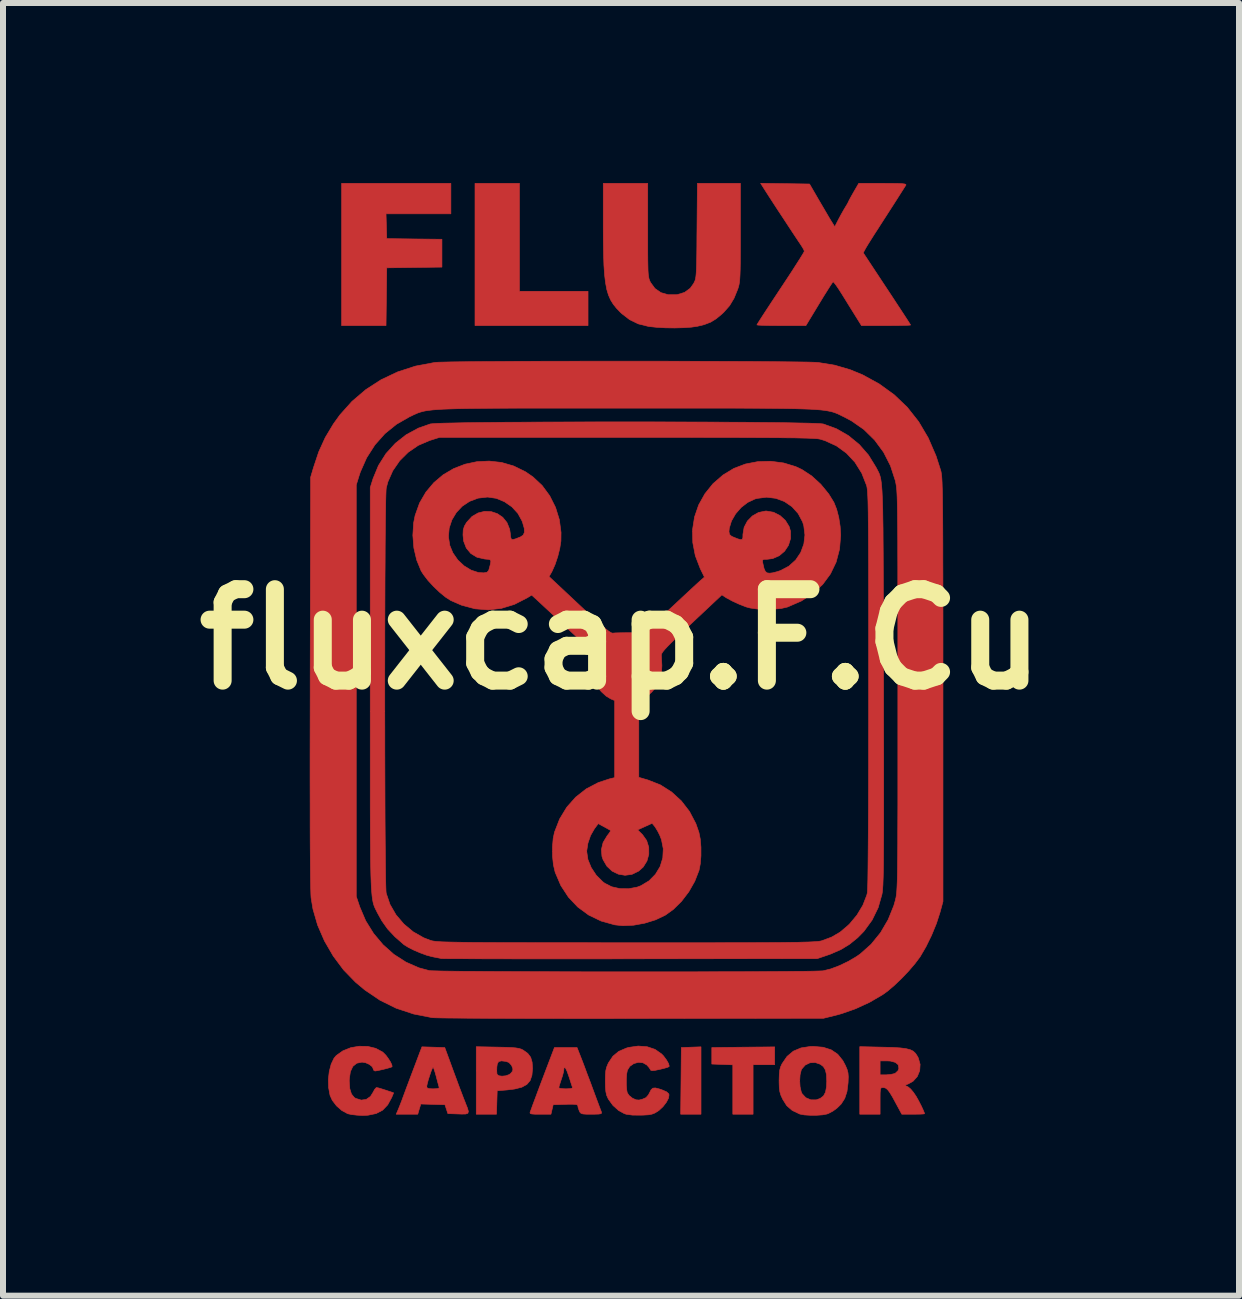
<source format=kicad_pcb>
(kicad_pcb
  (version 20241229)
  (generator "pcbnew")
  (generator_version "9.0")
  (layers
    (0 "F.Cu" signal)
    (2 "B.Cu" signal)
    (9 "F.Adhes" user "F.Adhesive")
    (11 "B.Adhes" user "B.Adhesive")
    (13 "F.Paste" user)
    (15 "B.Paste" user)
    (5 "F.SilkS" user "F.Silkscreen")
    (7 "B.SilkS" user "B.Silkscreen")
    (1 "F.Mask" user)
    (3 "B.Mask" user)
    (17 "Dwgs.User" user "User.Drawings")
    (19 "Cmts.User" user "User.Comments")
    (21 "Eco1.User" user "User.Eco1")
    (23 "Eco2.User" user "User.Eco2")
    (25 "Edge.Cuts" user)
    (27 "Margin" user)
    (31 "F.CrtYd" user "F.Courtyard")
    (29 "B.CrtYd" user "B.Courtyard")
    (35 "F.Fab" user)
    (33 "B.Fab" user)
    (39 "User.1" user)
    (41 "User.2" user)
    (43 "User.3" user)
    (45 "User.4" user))
  (footprint "fluxcap.F.Cu"
    (layer "F.Cu")
    (at 7.301 7.605)
    (property "Reference" "fluxcap.F.Cu" (at 0 0 0) (layer "F.SilkS") (effects (font (size 1.524 1.524) (thickness 0.3))))
    (attr through_hole)
    (fp_poly (pts (xy -1.693 -5.8) (xy -0.55 -5.8) (xy -0.55 -5.228) (xy -2.434 -5.228) (xy -2.434 -7.599) (xy -1.693 -7.599) (xy -1.693 -5.8)) (stroke (width 0.01) (type solid)) (fill yes) (layer "F.Cu"))
    (fp_poly (pts (xy 1.333 7.916) (xy 0.994 7.916) (xy 1 7.361) (xy 1.005 6.805) (xy 1.169 6.799) (xy 1.333 6.793) (xy 1.333 7.916)) (stroke (width 0.01) (type solid)) (fill yes) (layer "F.Cu"))
    (fp_poly (pts (xy 2.561 7.091) (xy 2.201 7.091) (xy 2.201 7.916) (xy 1.863 7.916) (xy 1.863 7.093) (xy 1.513 7.08) (xy 1.513 6.805) (xy 2.037 6.799) (xy 2.561 6.794) (xy 2.561 7.091)) (stroke (width 0.01) (type solid)) (fill yes) (layer "F.Cu"))
    (fp_poly (pts (xy -2.836 -7.091) (xy -3.917 -7.091) (xy -3.905 -6.678) (xy -3.445 -6.672) (xy -2.985 -6.667) (xy -2.985 -6.203) (xy -3.445 -6.197) (xy -3.905 -6.191) (xy -3.917 -5.228) (xy -4.657 -5.228) (xy -4.657 -7.599) (xy -2.836 -7.599) (xy -2.836 -7.091)) (stroke (width 0.01) (type solid)) (fill yes) (layer "F.Cu"))
    (fp_poly (pts (xy -2.058 6.798) (xy -1.924 6.801) (xy -1.824 6.805) (xy -1.753 6.811) (xy -1.702 6.82) (xy -1.664 6.831) (xy -1.632 6.847) (xy -1.554 6.903) (xy -1.506 6.967) (xy -1.482 7.049) (xy -1.475 7.152) (xy -1.485 7.267) (xy -1.515 7.355) (xy -1.57 7.42) (xy -1.654 7.466) (xy -1.773 7.496) (xy -1.903 7.512) (xy -2.064 7.525) (xy -2.076 7.916) (xy -2.413 7.916) (xy -2.413 7.194) (xy -2.072 7.194) (xy -2.068 7.243) (xy -2.066 7.252) (xy -2.037 7.275) (xy -1.984 7.282) (xy -1.922 7.276) (xy -1.866 7.256) (xy -1.841 7.239) (xy -1.808 7.199) (xy -1.802 7.162) (xy -1.821 7.11) (xy -1.824 7.103) (xy -1.868 7.054) (xy -1.917 7.036) (xy -1.993 7.027) (xy -2.039 7.038) (xy -2.062 7.075) (xy -2.07 7.13) (xy -2.072 7.194) (xy -2.413 7.194) (xy -2.413 6.791) (xy -2.058 6.798)) (stroke (width 0.01) (type solid)) (fill yes) (layer "F.Cu"))
    (fp_poly (pts (xy -3.128 6.799) (xy -2.938 6.805) (xy -2.864 7.006) (xy -2.796 7.192) (xy -2.74 7.343) (xy -2.695 7.465) (xy -2.657 7.564) (xy -2.626 7.646) (xy -2.598 7.716) (xy -2.595 7.725) (xy -2.56 7.813) (xy -2.544 7.87) (xy -2.553 7.901) (xy -2.59 7.913) (xy -2.659 7.914) (xy -2.713 7.912) (xy -2.886 7.906) (xy -2.935 7.758) (xy -3.136 7.752) (xy -3.337 7.746) (xy -3.363 7.831) (xy -3.388 7.916) (xy -3.747 7.916) (xy -3.713 7.837) (xy -3.686 7.77) (xy -3.654 7.688) (xy -3.637 7.641) (xy -3.607 7.56) (xy -3.569 7.457) (xy -3.239 7.457) (xy -3.23 7.479) (xy -3.199 7.49) (xy -3.136 7.493) (xy -3.13 7.493) (xy -3.063 7.49) (xy -3.033 7.479) (xy -3.032 7.467) (xy -3.041 7.434) (xy -3.058 7.373) (xy -3.078 7.296) (xy -3.08 7.287) (xy -3.101 7.213) (xy -3.119 7.159) (xy -3.131 7.134) (xy -3.133 7.133) (xy -3.145 7.152) (xy -3.165 7.199) (xy -3.187 7.264) (xy -3.21 7.335) (xy -3.228 7.4) (xy -3.238 7.447) (xy -3.239 7.457) (xy -3.569 7.457) (xy -3.566 7.45) (xy -3.519 7.324) (xy -3.47 7.194) (xy -3.423 7.07) (xy -3.383 6.964) (xy -3.361 6.905) (xy -3.318 6.793) (xy -3.128 6.799)) (stroke (width 0.01) (type solid)) (fill yes) (layer "F.Cu"))
    (fp_poly (pts (xy 4.366 6.799) (xy 4.528 6.803) (xy 4.654 6.811) (xy 4.749 6.823) (xy 4.82 6.841) (xy 4.872 6.867) (xy 4.91 6.904) (xy 4.941 6.952) (xy 4.955 6.979) (xy 4.985 7.085) (xy 4.978 7.191) (xy 4.938 7.288) (xy 4.868 7.366) (xy 4.79 7.41) (xy 4.731 7.433) (xy 4.788 7.463) (xy 4.828 7.497) (xy 4.876 7.555) (xy 4.921 7.622) (xy 4.965 7.701) (xy 5.005 7.779) (xy 5.037 7.848) (xy 5.056 7.895) (xy 5.059 7.908) (xy 5.039 7.912) (xy 4.987 7.915) (xy 4.911 7.916) (xy 4.869 7.916) (xy 4.68 7.916) (xy 4.58 7.731) (xy 4.523 7.626) (xy 4.479 7.554) (xy 4.444 7.508) (xy 4.414 7.483) (xy 4.384 7.473) (xy 4.368 7.472) (xy 4.346 7.473) (xy 4.331 7.483) (xy 4.323 7.509) (xy 4.319 7.557) (xy 4.318 7.637) (xy 4.318 7.694) (xy 4.318 7.916) (xy 3.979 7.916) (xy 3.979 7.027) (xy 4.318 7.027) (xy 4.318 7.26) (xy 4.419 7.26) (xy 4.491 7.254) (xy 4.555 7.24) (xy 4.572 7.233) (xy 4.618 7.189) (xy 4.631 7.151) (xy 4.62 7.092) (xy 4.572 7.052) (xy 4.489 7.03) (xy 4.43 7.027) (xy 4.318 7.027) (xy 3.979 7.027) (xy 3.979 6.79) (xy 4.366 6.799)) (stroke (width 0.01) (type solid)) (fill yes) (layer "F.Cu"))
    (fp_poly (pts (xy -4.221 6.786) (xy -4.089 6.818) (xy -3.975 6.879) (xy -3.959 6.893) (xy -3.918 6.935) (xy -3.877 6.991) (xy -3.841 7.048) (xy -3.819 7.097) (xy -3.816 7.125) (xy -3.817 7.126) (xy -3.842 7.136) (xy -3.894 7.151) (xy -3.96 7.168) (xy -4.027 7.183) (xy -4.08 7.193) (xy -4.101 7.196) (xy -4.125 7.18) (xy -4.128 7.166) (xy -4.146 7.125) (xy -4.194 7.086) (xy -4.257 7.058) (xy -4.317 7.048) (xy -4.405 7.066) (xy -4.47 7.119) (xy -4.511 7.207) (xy -4.529 7.329) (xy -4.53 7.364) (xy -4.521 7.49) (xy -4.493 7.58) (xy -4.445 7.639) (xy -4.423 7.652) (xy -4.33 7.681) (xy -4.246 7.669) (xy -4.176 7.62) (xy -4.134 7.553) (xy -4.107 7.503) (xy -4.081 7.474) (xy -4.075 7.472) (xy -4.043 7.478) (xy -3.986 7.495) (xy -3.92 7.516) (xy -3.79 7.56) (xy -3.822 7.637) (xy -3.889 7.76) (xy -3.974 7.849) (xy -4.082 7.905) (xy -4.218 7.933) (xy -4.309 7.937) (xy -4.402 7.932) (xy -4.49 7.922) (xy -4.555 7.908) (xy -4.559 7.906) (xy -4.653 7.855) (xy -4.742 7.777) (xy -4.813 7.684) (xy -4.85 7.602) (xy -4.874 7.473) (xy -4.878 7.337) (xy -4.863 7.203) (xy -4.831 7.081) (xy -4.784 6.983) (xy -4.746 6.938) (xy -4.635 6.859) (xy -4.504 6.807) (xy -4.363 6.783) (xy -4.221 6.786)) (stroke (width 0.01) (type solid)) (fill yes) (layer "F.Cu"))
    (fp_poly (pts (xy 3.369 6.8) (xy 3.503 6.843) (xy 3.611 6.916) (xy 3.697 7.023) (xy 3.74 7.104) (xy 3.768 7.17) (xy 3.783 7.227) (xy 3.788 7.291) (xy 3.785 7.377) (xy 3.784 7.396) (xy 3.766 7.539) (xy 3.729 7.652) (xy 3.669 7.746) (xy 3.599 7.815) (xy 3.532 7.864) (xy 3.46 7.902) (xy 3.432 7.913) (xy 3.357 7.927) (xy 3.258 7.934) (xy 3.153 7.934) (xy 3.056 7.928) (xy 2.982 7.914) (xy 2.974 7.911) (xy 2.853 7.853) (xy 2.762 7.774) (xy 2.696 7.669) (xy 2.665 7.602) (xy 2.647 7.542) (xy 2.638 7.475) (xy 2.635 7.384) (xy 2.635 7.358) (xy 2.978 7.358) (xy 2.984 7.457) (xy 3.003 7.541) (xy 3.018 7.575) (xy 3.08 7.641) (xy 3.162 7.676) (xy 3.253 7.677) (xy 3.32 7.653) (xy 3.374 7.612) (xy 3.408 7.55) (xy 3.425 7.459) (xy 3.429 7.366) (xy 3.424 7.256) (xy 3.406 7.178) (xy 3.373 7.123) (xy 3.323 7.084) (xy 3.236 7.054) (xy 3.148 7.059) (xy 3.07 7.097) (xy 3.012 7.163) (xy 3.003 7.183) (xy 2.984 7.261) (xy 2.978 7.358) (xy 2.635 7.358) (xy 2.635 7.355) (xy 2.638 7.254) (xy 2.645 7.181) (xy 2.661 7.124) (xy 2.683 7.076) (xy 2.767 6.953) (xy 2.872 6.865) (xy 3 6.811) (xy 3.155 6.787) (xy 3.207 6.786) (xy 3.369 6.8)) (stroke (width 0.01) (type solid)) (fill yes) (layer "F.Cu"))
    (fp_poly (pts (xy -0.675 6.953) (xy -0.648 7.022) (xy -0.61 7.122) (xy -0.566 7.241) (xy -0.517 7.369) (xy -0.479 7.472) (xy -0.435 7.591) (xy -0.395 7.699) (xy -0.362 7.787) (xy -0.338 7.85) (xy -0.327 7.879) (xy -0.324 7.897) (xy -0.337 7.908) (xy -0.373 7.914) (xy -0.439 7.916) (xy -0.492 7.916) (xy -0.579 7.916) (xy -0.634 7.912) (xy -0.666 7.902) (xy -0.684 7.884) (xy -0.695 7.862) (xy -0.714 7.811) (xy -0.72 7.777) (xy -0.726 7.762) (xy -0.751 7.754) (xy -0.801 7.75) (xy -0.883 7.75) (xy -0.925 7.752) (xy -1.131 7.758) (xy -1.168 7.916) (xy -1.348 7.916) (xy -1.436 7.916) (xy -1.488 7.912) (xy -1.513 7.904) (xy -1.517 7.89) (xy -1.514 7.879) (xy -1.498 7.836) (xy -1.476 7.775) (xy -1.47 7.758) (xy -1.453 7.713) (xy -1.424 7.636) (xy -1.386 7.533) (xy -1.364 7.475) (xy -1.037 7.475) (xy -1.018 7.485) (xy -0.968 7.491) (xy -0.918 7.493) (xy -0.848 7.49) (xy -0.814 7.481) (xy -0.81 7.467) (xy -0.821 7.435) (xy -0.841 7.374) (xy -0.865 7.298) (xy -0.869 7.287) (xy -0.899 7.202) (xy -0.924 7.15) (xy -0.942 7.133) (xy -0.952 7.153) (xy -0.953 7.172) (xy -0.959 7.213) (xy -0.976 7.277) (xy -0.995 7.334) (xy -1.017 7.402) (xy -1.033 7.454) (xy -1.037 7.475) (xy -1.364 7.475) (xy -1.341 7.413) (xy -1.291 7.282) (xy -1.275 7.239) (xy -1.11 6.805) (xy -0.733 6.805) (xy -0.675 6.953)) (stroke (width 0.01) (type solid)) (fill yes) (layer "F.Cu"))
    (fp_poly (pts (xy 0.434 6.791) (xy 0.566 6.835) (xy 0.675 6.911) (xy 0.709 6.946) (xy 0.759 7.014) (xy 0.792 7.072) (xy 0.803 7.113) (xy 0.799 7.124) (xy 0.774 7.135) (xy 0.719 7.151) (xy 0.646 7.169) (xy 0.643 7.169) (xy 0.565 7.186) (xy 0.519 7.19) (xy 0.496 7.184) (xy 0.49 7.174) (xy 0.469 7.14) (xy 0.432 7.098) (xy 0.432 7.097) (xy 0.366 7.059) (xy 0.288 7.051) (xy 0.211 7.073) (xy 0.146 7.119) (xy 0.106 7.183) (xy 0.094 7.245) (xy 0.088 7.332) (xy 0.088 7.427) (xy 0.095 7.512) (xy 0.103 7.556) (xy 0.133 7.603) (xy 0.186 7.646) (xy 0.194 7.651) (xy 0.251 7.676) (xy 0.3 7.68) (xy 0.354 7.667) (xy 0.416 7.64) (xy 0.456 7.595) (xy 0.476 7.557) (xy 0.502 7.507) (xy 0.53 7.482) (xy 0.571 7.478) (xy 0.635 7.494) (xy 0.688 7.512) (xy 0.759 7.543) (xy 0.794 7.575) (xy 0.8 7.594) (xy 0.791 7.649) (xy 0.755 7.718) (xy 0.7 7.789) (xy 0.634 7.851) (xy 0.61 7.868) (xy 0.562 7.897) (xy 0.515 7.915) (xy 0.456 7.926) (xy 0.372 7.931) (xy 0.33 7.932) (xy 0.191 7.931) (xy 0.088 7.917) (xy 0.056 7.907) (xy -0.042 7.853) (xy -0.135 7.769) (xy -0.209 7.667) (xy -0.217 7.652) (xy -0.24 7.6) (xy -0.253 7.541) (xy -0.26 7.463) (xy -0.262 7.366) (xy -0.26 7.264) (xy -0.254 7.19) (xy -0.24 7.132) (xy -0.217 7.076) (xy -0.21 7.061) (xy -0.136 6.95) (xy -0.039 6.869) (xy 0.089 6.814) (xy 0.126 6.803) (xy 0.285 6.78) (xy 0.434 6.791)) (stroke (width 0.01) (type solid)) (fill yes) (layer "F.Cu"))
    (fp_poly (pts (xy 0.445 -6.82) (xy 0.445 -6.618) (xy 0.445 -6.454) (xy 0.446 -6.322) (xy 0.448 -6.22) (xy 0.45 -6.142) (xy 0.454 -6.083) (xy 0.46 -6.04) (xy 0.467 -6.007) (xy 0.476 -5.981) (xy 0.488 -5.955) (xy 0.492 -5.947) (xy 0.565 -5.847) (xy 0.664 -5.778) (xy 0.784 -5.743) (xy 0.923 -5.743) (xy 0.939 -5.745) (xy 1.06 -5.782) (xy 1.154 -5.851) (xy 1.211 -5.931) (xy 1.223 -5.956) (xy 1.234 -5.98) (xy 1.242 -6.01) (xy 1.248 -6.049) (xy 1.253 -6.102) (xy 1.257 -6.173) (xy 1.26 -6.266) (xy 1.262 -6.387) (xy 1.264 -6.54) (xy 1.265 -6.729) (xy 1.266 -6.81) (xy 1.273 -7.599) (xy 1.99 -7.599) (xy 1.99 -6.783) (xy 1.99 -6.575) (xy 1.989 -6.404) (xy 1.988 -6.266) (xy 1.986 -6.156) (xy 1.983 -6.071) (xy 1.979 -6.004) (xy 1.974 -5.953) (xy 1.967 -5.911) (xy 1.958 -5.875) (xy 1.947 -5.84) (xy 1.946 -5.837) (xy 1.884 -5.685) (xy 1.809 -5.56) (xy 1.711 -5.449) (xy 1.683 -5.423) (xy 1.586 -5.342) (xy 1.493 -5.285) (xy 1.388 -5.245) (xy 1.275 -5.217) (xy 1.173 -5.202) (xy 1.042 -5.193) (xy 0.895 -5.189) (xy 0.742 -5.191) (xy 0.598 -5.199) (xy 0.475 -5.212) (xy 0.455 -5.215) (xy 0.287 -5.257) (xy 0.143 -5.327) (xy 0.011 -5.429) (xy -0.013 -5.452) (xy -0.076 -5.518) (xy -0.129 -5.584) (xy -0.173 -5.655) (xy -0.209 -5.736) (xy -0.237 -5.829) (xy -0.258 -5.941) (xy -0.274 -6.074) (xy -0.285 -6.233) (xy -0.291 -6.423) (xy -0.295 -6.647) (xy -0.296 -6.863) (xy -0.296 -7.599) (xy 0.445 -7.599) (xy 0.445 -6.82)) (stroke (width 0.01) (type solid)) (fill yes) (layer "F.Cu"))
    (fp_poly (pts (xy 2.735 -7.594) (xy 3.142 -7.588) (xy 3.295 -7.324) (xy 3.356 -7.22) (xy 3.414 -7.121) (xy 3.463 -7.037) (xy 3.499 -6.977) (xy 3.505 -6.968) (xy 3.562 -6.876) (xy 3.623 -6.995) (xy 3.666 -7.075) (xy 3.711 -7.155) (xy 3.736 -7.197) (xy 3.767 -7.248) (xy 3.786 -7.283) (xy 3.789 -7.29) (xy 3.799 -7.311) (xy 3.825 -7.36) (xy 3.862 -7.426) (xy 3.875 -7.449) (xy 3.962 -7.599) (xy 4.363 -7.599) (xy 4.505 -7.598) (xy 4.61 -7.597) (xy 4.681 -7.594) (xy 4.725 -7.589) (xy 4.746 -7.582) (xy 4.749 -7.572) (xy 4.748 -7.57) (xy 4.727 -7.537) (xy 4.687 -7.474) (xy 4.631 -7.386) (xy 4.563 -7.279) (xy 4.485 -7.158) (xy 4.402 -7.029) (xy 4.317 -6.897) (xy 4.282 -6.842) (xy 4.217 -6.742) (xy 4.159 -6.65) (xy 4.111 -6.573) (xy 4.079 -6.52) (xy 4.072 -6.507) (xy 4.037 -6.441) (xy 4.431 -5.844) (xy 4.525 -5.702) (xy 4.61 -5.572) (xy 4.685 -5.458) (xy 4.747 -5.363) (xy 4.793 -5.292) (xy 4.82 -5.249) (xy 4.826 -5.238) (xy 4.806 -5.235) (xy 4.75 -5.232) (xy 4.665 -5.23) (xy 4.556 -5.229) (xy 4.431 -5.228) (xy 4.417 -5.228) (xy 4.008 -5.228) (xy 3.912 -5.382) (xy 3.86 -5.466) (xy 3.795 -5.57) (xy 3.727 -5.68) (xy 3.683 -5.751) (xy 3.63 -5.834) (xy 3.585 -5.9) (xy 3.551 -5.944) (xy 3.534 -5.958) (xy 3.533 -5.958) (xy 3.518 -5.937) (xy 3.484 -5.886) (xy 3.436 -5.81) (xy 3.376 -5.715) (xy 3.31 -5.606) (xy 3.299 -5.588) (xy 3.081 -5.228) (xy 2.673 -5.228) (xy 2.547 -5.229) (xy 2.436 -5.23) (xy 2.348 -5.233) (xy 2.289 -5.236) (xy 2.265 -5.24) (xy 2.265 -5.24) (xy 2.276 -5.26) (xy 2.308 -5.311) (xy 2.358 -5.389) (xy 2.424 -5.49) (xy 2.502 -5.609) (xy 2.59 -5.742) (xy 2.66 -5.848) (xy 2.754 -5.99) (xy 2.84 -6.121) (xy 2.915 -6.238) (xy 2.977 -6.335) (xy 3.022 -6.408) (xy 3.049 -6.454) (xy 3.055 -6.468) (xy 3.044 -6.498) (xy 3.014 -6.548) (xy 2.99 -6.585) (xy 2.96 -6.629) (xy 2.911 -6.703) (xy 2.848 -6.798) (xy 2.775 -6.909) (xy 2.697 -7.028) (xy 2.617 -7.149) (xy 2.541 -7.266) (xy 2.473 -7.371) (xy 2.417 -7.458) (xy 2.382 -7.513) (xy 2.327 -7.6) (xy 2.735 -7.594)) (stroke (width 0.01) (type solid)) (fill yes) (layer "F.Cu"))
    (fp_poly (pts (xy 0.377 -4.635) (xy 0.699 -4.635) (xy 1.016 -4.634) (xy 1.324 -4.633) (xy 1.62 -4.632) (xy 1.902 -4.631) (xy 2.167 -4.63) (xy 2.41 -4.628) (xy 2.631 -4.626) (xy 2.824 -4.624) (xy 2.988 -4.622) (xy 3.12 -4.62) (xy 3.216 -4.617) (xy 3.274 -4.614) (xy 3.281 -4.614) (xy 3.559 -4.569) (xy 3.819 -4.493) (xy 4.022 -4.41) (xy 4.302 -4.257) (xy 4.552 -4.076) (xy 4.772 -3.866) (xy 4.961 -3.626) (xy 5.12 -3.357) (xy 5.25 -3.057) (xy 5.328 -2.815) (xy 5.333 -2.796) (xy 5.337 -2.774) (xy 5.341 -2.746) (xy 5.345 -2.712) (xy 5.348 -2.669) (xy 5.351 -2.616) (xy 5.353 -2.549) (xy 5.356 -2.468) (xy 5.358 -2.37) (xy 5.359 -2.254) (xy 5.361 -2.117) (xy 5.362 -1.957) (xy 5.363 -1.773) (xy 5.364 -1.562) (xy 5.364 -1.323) (xy 5.365 -1.053) (xy 5.365 -0.751) (xy 5.366 -0.415) (xy 5.366 -0.042) (xy 5.366 0.369) (xy 5.366 0.82) (xy 5.366 4.371) (xy 5.317 4.551) (xy 5.257 4.737) (xy 5.176 4.934) (xy 5.083 5.124) (xy 4.986 5.29) (xy 4.984 5.293) (xy 4.901 5.404) (xy 4.796 5.527) (xy 4.678 5.651) (xy 4.557 5.767) (xy 4.442 5.865) (xy 4.36 5.924) (xy 4.144 6.05) (xy 3.912 6.157) (xy 3.68 6.239) (xy 3.605 6.26) (xy 3.376 6.317) (xy 0.18 6.32) (xy -0.187 6.321) (xy -0.543 6.321) (xy -0.887 6.321) (xy -1.216 6.32) (xy -1.527 6.32) (xy -1.819 6.319) (xy -2.088 6.318) (xy -2.332 6.317) (xy -2.549 6.316) (xy -2.736 6.314) (xy -2.892 6.313) (xy -3.012 6.311) (xy -3.096 6.309) (xy -3.141 6.307) (xy -3.145 6.307) (xy -3.456 6.246) (xy -3.747 6.15) (xy -4.018 6.016) (xy -4.272 5.844) (xy -4.427 5.714) (xy -4.625 5.51) (xy -4.798 5.278) (xy -4.943 5.028) (xy -5.057 4.765) (xy -5.135 4.496) (xy -5.166 4.309) (xy -5.169 4.258) (xy -5.172 4.165) (xy -5.175 4.031) (xy -5.177 3.856) (xy -5.179 3.639) (xy -5.181 3.381) (xy -5.182 3.081) (xy -5.182 2.739) (xy -5.183 2.356) (xy -5.183 1.93) (xy -5.182 1.463) (xy -5.181 0.953) (xy -5.181 0.709) (xy -5.174 -2.572) (xy -4.413 -2.572) (xy -4.413 4.286) (xy -4.354 4.462) (xy -4.256 4.692) (xy -4.125 4.903) (xy -3.967 5.091) (xy -3.786 5.252) (xy -3.585 5.381) (xy -3.369 5.476) (xy -3.194 5.523) (xy -3.161 5.525) (xy -3.087 5.527) (xy -2.978 5.53) (xy -2.834 5.532) (xy -2.66 5.534) (xy -2.457 5.535) (xy -2.23 5.537) (xy -1.98 5.538) (xy -1.71 5.539) (xy -1.424 5.54) (xy -1.125 5.541) (xy -0.814 5.542) (xy -0.495 5.543) (xy -0.172 5.543) (xy 0.154 5.543) (xy 0.48 5.543) (xy 0.802 5.543) (xy 1.117 5.543) (xy 1.424 5.542) (xy 1.718 5.541) (xy 1.998 5.541) (xy 2.26 5.54) (xy 2.501 5.538) (xy 2.718 5.537) (xy 2.91 5.535) (xy 3.072 5.534) (xy 3.202 5.532) (xy 3.298 5.529) (xy 3.355 5.527) (xy 3.369 5.526) (xy 3.497 5.494) (xy 3.642 5.439) (xy 3.79 5.368) (xy 3.927 5.287) (xy 3.987 5.245) (xy 4.168 5.084) (xy 4.325 4.891) (xy 4.452 4.674) (xy 4.547 4.439) (xy 4.572 4.351) (xy 4.577 4.328) (xy 4.583 4.304) (xy 4.587 4.278) (xy 4.591 4.247) (xy 4.595 4.209) (xy 4.598 4.162) (xy 4.601 4.104) (xy 4.604 4.032) (xy 4.606 3.946) (xy 4.608 3.843) (xy 4.609 3.72) (xy 4.611 3.576) (xy 4.612 3.409) (xy 4.612 3.216) (xy 4.613 2.996) (xy 4.614 2.746) (xy 4.614 2.465) (xy 4.614 2.151) (xy 4.614 1.8) (xy 4.614 1.412) (xy 4.614 0.985) (xy 4.614 0.859) (xy 4.614 0.42) (xy 4.614 0.022) (xy 4.614 -0.339) (xy 4.614 -0.663) (xy 4.613 -0.953) (xy 4.613 -1.212) (xy 4.612 -1.44) (xy 4.612 -1.64) (xy 4.611 -1.814) (xy 4.609 -1.965) (xy 4.608 -2.094) (xy 4.606 -2.203) (xy 4.604 -2.294) (xy 4.602 -2.37) (xy 4.599 -2.432) (xy 4.596 -2.483) (xy 4.592 -2.525) (xy 4.588 -2.559) (xy 4.583 -2.588) (xy 4.578 -2.613) (xy 4.573 -2.638) (xy 4.571 -2.646) (xy 4.491 -2.892) (xy 4.376 -3.118) (xy 4.227 -3.32) (xy 4.048 -3.496) (xy 3.84 -3.641) (xy 3.721 -3.704) (xy 3.68 -3.724) (xy 3.644 -3.742) (xy 3.61 -3.758) (xy 3.575 -3.772) (xy 3.538 -3.785) (xy 3.497 -3.796) (xy 3.448 -3.806) (xy 3.392 -3.815) (xy 3.324 -3.823) (xy 3.243 -3.829) (xy 3.147 -3.835) (xy 3.035 -3.839) (xy 2.902 -3.843) (xy 2.749 -3.846) (xy 2.572 -3.848) (xy 2.369 -3.85) (xy 2.139 -3.851) (xy 1.878 -3.852) (xy 1.586 -3.852) (xy 1.26 -3.852) (xy 0.897 -3.852) (xy 0.497 -3.852) (xy 0.095 -3.852) (xy -0.342 -3.852) (xy -0.739 -3.852) (xy -1.098 -3.852) (xy -1.421 -3.852) (xy -1.71 -3.852) (xy -1.967 -3.851) (xy -2.195 -3.85) (xy -2.395 -3.848) (xy -2.57 -3.846) (xy -2.721 -3.843) (xy -2.852 -3.839) (xy -2.963 -3.835) (xy -3.057 -3.829) (xy -3.136 -3.823) (xy -3.203 -3.815) (xy -3.259 -3.807) (xy -3.306 -3.797) (xy -3.347 -3.785) (xy -3.384 -3.773) (xy -3.418 -3.758) (xy -3.453 -3.743) (xy -3.489 -3.725) (xy -3.524 -3.709) (xy -3.742 -3.584) (xy -3.936 -3.427) (xy -4.103 -3.239) (xy -4.24 -3.025) (xy -4.345 -2.788) (xy -4.364 -2.731) (xy -4.413 -2.572) (xy -5.174 -2.572) (xy -5.174 -2.699) (xy -5.127 -2.858) (xy -5.038 -3.125) (xy -4.929 -3.364) (xy -4.794 -3.589) (xy -4.686 -3.739) (xy -4.484 -3.965) (xy -4.254 -4.161) (xy -3.999 -4.326) (xy -3.722 -4.457) (xy -3.426 -4.553) (xy -3.114 -4.612) (xy -3.088 -4.615) (xy -3.042 -4.618) (xy -2.956 -4.62) (xy -2.834 -4.623) (xy -2.678 -4.625) (xy -2.492 -4.627) (xy -2.279 -4.629) (xy -2.041 -4.63) (xy -1.782 -4.632) (xy -1.505 -4.633) (xy -1.212 -4.634) (xy -0.907 -4.634) (xy -0.593 -4.635) (xy -0.272 -4.635) (xy 0.053 -4.635) (xy 0.377 -4.635)) (stroke (width 0.01) (type solid)) (fill yes) (layer "F.Cu"))
    (fp_poly (pts (xy 0.229 -3.623) (xy 0.555 -3.623) (xy 0.877 -3.622) (xy 1.192 -3.621) (xy 1.498 -3.62) (xy 1.79 -3.618) (xy 2.067 -3.617) (xy 2.325 -3.614) (xy 2.561 -3.612) (xy 2.773 -3.609) (xy 2.958 -3.605) (xy 3.113 -3.602) (xy 3.235 -3.598) (xy 3.321 -3.594) (xy 3.367 -3.589) (xy 3.372 -3.588) (xy 3.588 -3.51) (xy 3.789 -3.395) (xy 3.97 -3.247) (xy 4.124 -3.071) (xy 4.248 -2.87) (xy 4.264 -2.84) (xy 4.278 -2.813) (xy 4.291 -2.788) (xy 4.303 -2.762) (xy 4.313 -2.733) (xy 4.323 -2.699) (xy 4.331 -2.659) (xy 4.338 -2.61) (xy 4.344 -2.549) (xy 4.35 -2.476) (xy 4.354 -2.388) (xy 4.358 -2.283) (xy 4.362 -2.158) (xy 4.364 -2.013) (xy 4.367 -1.844) (xy 4.368 -1.651) (xy 4.37 -1.429) (xy 4.371 -1.179) (xy 4.372 -0.897) (xy 4.373 -0.582) (xy 4.374 -0.232) (xy 4.374 0.156) (xy 4.375 0.584) (xy 4.376 0.761) (xy 4.376 1.204) (xy 4.377 1.607) (xy 4.378 1.971) (xy 4.378 2.299) (xy 4.378 2.593) (xy 4.378 2.855) (xy 4.378 3.087) (xy 4.377 3.29) (xy 4.376 3.467) (xy 4.375 3.621) (xy 4.374 3.752) (xy 4.372 3.863) (xy 4.37 3.956) (xy 4.367 4.033) (xy 4.365 4.096) (xy 4.361 4.147) (xy 4.358 4.189) (xy 4.354 4.222) (xy 4.349 4.25) (xy 4.349 4.251) (xy 4.286 4.473) (xy 4.185 4.68) (xy 4.048 4.868) (xy 3.944 4.974) (xy 3.807 5.085) (xy 3.662 5.173) (xy 3.494 5.246) (xy 3.44 5.265) (xy 3.27 5.323) (xy 0.159 5.326) (xy -0.201 5.327) (xy -0.55 5.327) (xy -0.886 5.327) (xy -1.205 5.327) (xy -1.506 5.327) (xy -1.786 5.327) (xy -2.043 5.326) (xy -2.275 5.326) (xy -2.478 5.325) (xy -2.652 5.324) (xy -2.792 5.324) (xy -2.898 5.323) (xy -2.966 5.322) (xy -2.995 5.321) (xy -2.995 5.321) (xy -3.039 5.312) (xy -3.107 5.299) (xy -3.154 5.289) (xy -3.241 5.266) (xy -3.344 5.228) (xy -3.45 5.183) (xy -3.544 5.136) (xy -3.612 5.094) (xy -3.619 5.089) (xy -3.77 4.957) (xy -3.89 4.829) (xy -3.986 4.694) (xy -4.061 4.559) (xy -4.076 4.528) (xy -4.09 4.501) (xy -4.103 4.474) (xy -4.115 4.445) (xy -4.125 4.414) (xy -4.134 4.378) (xy -4.142 4.334) (xy -4.149 4.282) (xy -4.155 4.218) (xy -4.161 4.14) (xy -4.165 4.048) (xy -4.169 3.938) (xy -4.172 3.809) (xy -4.175 3.659) (xy -4.176 3.485) (xy -4.178 3.286) (xy -4.179 3.059) (xy -4.18 2.803) (xy -4.18 2.516) (xy -4.18 2.195) (xy -4.18 1.838) (xy -4.18 1.444) (xy -4.18 1.011) (xy -4.18 0.868) (xy -3.938 0.868) (xy -3.938 1.199) (xy -3.937 1.527) (xy -3.937 1.849) (xy -3.936 2.162) (xy -3.935 2.464) (xy -3.934 2.752) (xy -3.933 3.022) (xy -3.931 3.273) (xy -3.929 3.501) (xy -3.927 3.704) (xy -3.925 3.878) (xy -3.923 4.021) (xy -3.92 4.13) (xy -3.917 4.202) (xy -3.914 4.233) (xy -3.851 4.419) (xy -3.751 4.592) (xy -3.62 4.746) (xy -3.464 4.876) (xy -3.288 4.976) (xy -3.179 5.018) (xy -3.161 5.023) (xy -3.141 5.028) (xy -3.115 5.032) (xy -3.082 5.036) (xy -3.04 5.039) (xy -2.987 5.043) (xy -2.92 5.045) (xy -2.839 5.047) (xy -2.739 5.049) (xy -2.621 5.051) (xy -2.48 5.053) (xy -2.316 5.054) (xy -2.127 5.055) (xy -1.909 5.056) (xy -1.662 5.056) (xy -1.382 5.057) (xy -1.069 5.057) (xy -0.719 5.057) (xy -0.331 5.058) (xy 0.086 5.058) (xy 0.516 5.058) (xy 0.905 5.058) (xy 1.257 5.058) (xy 1.572 5.058) (xy 1.853 5.057) (xy 2.102 5.057) (xy 2.32 5.056) (xy 2.511 5.055) (xy 2.676 5.054) (xy 2.817 5.052) (xy 2.936 5.051) (xy 3.035 5.048) (xy 3.117 5.046) (xy 3.183 5.043) (xy 3.235 5.04) (xy 3.276 5.037) (xy 3.307 5.033) (xy 3.33 5.029) (xy 3.346 5.025) (xy 3.51 4.964) (xy 3.652 4.881) (xy 3.785 4.768) (xy 3.81 4.744) (xy 3.933 4.596) (xy 4.031 4.433) (xy 4.096 4.266) (xy 4.105 4.229) (xy 4.108 4.195) (xy 4.111 4.118) (xy 4.114 4.002) (xy 4.116 3.845) (xy 4.118 3.649) (xy 4.12 3.414) (xy 4.122 3.142) (xy 4.124 2.834) (xy 4.125 2.489) (xy 4.126 2.109) (xy 4.126 1.695) (xy 4.127 1.247) (xy 4.127 0.845) (xy 4.127 0.405) (xy 4.127 0.005) (xy 4.127 -0.356) (xy 4.127 -0.681) (xy 4.126 -0.972) (xy 4.126 -1.231) (xy 4.125 -1.459) (xy 4.124 -1.659) (xy 4.123 -1.832) (xy 4.121 -1.981) (xy 4.12 -2.108) (xy 4.118 -2.214) (xy 4.116 -2.303) (xy 4.113 -2.374) (xy 4.11 -2.432) (xy 4.107 -2.477) (xy 4.103 -2.511) (xy 4.099 -2.537) (xy 4.095 -2.557) (xy 4.093 -2.563) (xy 4.012 -2.769) (xy 3.899 -2.95) (xy 3.757 -3.102) (xy 3.589 -3.224) (xy 3.398 -3.311) (xy 3.32 -3.335) (xy 3.299 -3.339) (xy 3.269 -3.343) (xy 3.226 -3.346) (xy 3.169 -3.349) (xy 3.096 -3.352) (xy 3.005 -3.354) (xy 2.895 -3.357) (xy 2.763 -3.358) (xy 2.607 -3.36) (xy 2.425 -3.361) (xy 2.215 -3.362) (xy 1.975 -3.363) (xy 1.704 -3.364) (xy 1.4 -3.364) (xy 1.059 -3.365) (xy 0.681 -3.365) (xy 0.263 -3.365) (xy 0.091 -3.365) (xy -3.025 -3.365) (xy -3.193 -3.312) (xy -3.379 -3.232) (xy -3.546 -3.118) (xy -3.69 -2.975) (xy -3.805 -2.808) (xy -3.886 -2.624) (xy -3.913 -2.523) (xy -3.916 -2.487) (xy -3.919 -2.412) (xy -3.922 -2.3) (xy -3.924 -2.155) (xy -3.927 -1.978) (xy -3.929 -1.774) (xy -3.931 -1.544) (xy -3.932 -1.291) (xy -3.934 -1.019) (xy -3.935 -0.73) (xy -3.936 -0.427) (xy -3.937 -0.113) (xy -3.937 0.21) (xy -3.938 0.538) (xy -3.938 0.868) (xy -4.18 0.868) (xy -4.18 0.836) (xy -4.18 -2.529) (xy -4.133 -2.678) (xy -4.043 -2.896) (xy -3.918 -3.094) (xy -3.762 -3.266) (xy -3.581 -3.409) (xy -3.376 -3.52) (xy -3.179 -3.589) (xy -3.139 -3.593) (xy -3.061 -3.598) (xy -2.946 -3.602) (xy -2.797 -3.605) (xy -2.617 -3.609) (xy -2.41 -3.612) (xy -2.178 -3.614) (xy -1.924 -3.617) (xy -1.65 -3.618) (xy -1.361 -3.62) (xy -1.058 -3.621) (xy -0.744 -3.622) (xy -0.423 -3.623) (xy -0.098 -3.623) (xy 0.229 -3.623)) (stroke (width 0.01) (type solid)) (fill yes) (layer "F.Cu"))
    (fp_poly (pts (xy -1.991 -2.947) (xy -1.789 -2.888) (xy -1.593 -2.792) (xy -1.469 -2.707) (xy -1.316 -2.564) (xy -1.189 -2.392) (xy -1.092 -2.199) (xy -1.028 -1.993) (xy -1 -1.781) (xy -1.002 -1.637) (xy -1.021 -1.514) (xy -1.055 -1.378) (xy -1.099 -1.247) (xy -1.148 -1.136) (xy -1.161 -1.112) (xy -1.2 -1.045) (xy -0.693 -0.57) (xy -0.545 -0.432) (xy -0.425 -0.322) (xy -0.329 -0.236) (xy -0.256 -0.174) (xy -0.202 -0.132) (xy -0.165 -0.109) (xy -0.143 -0.102) (xy -0.141 -0.102) (xy -0.094 -0.106) (xy -0.019 -0.108) (xy 0.073 -0.109) (xy 0.167 -0.109) (xy 0.252 -0.107) (xy 0.314 -0.104) (xy 0.331 -0.102) (xy 0.353 -0.108) (xy 0.39 -0.13) (xy 0.444 -0.171) (xy 0.518 -0.234) (xy 0.616 -0.322) (xy 0.739 -0.435) (xy 0.805 -0.497) (xy 0.922 -0.606) (xy 1.032 -0.709) (xy 1.131 -0.801) (xy 1.214 -0.878) (xy 1.276 -0.935) (xy 1.312 -0.968) (xy 1.312 -0.968) (xy 1.39 -1.036) (xy 1.32 -1.179) (xy 1.238 -1.393) (xy 1.196 -1.611) (xy 1.192 -1.794) (xy 1.799 -1.794) (xy 1.808 -1.747) (xy 1.842 -1.717) (xy 1.868 -1.705) (xy 1.948 -1.673) (xy 1.996 -1.66) (xy 2.021 -1.666) (xy 2.031 -1.695) (xy 2.032 -1.748) (xy 2.032 -1.751) (xy 2.052 -1.867) (xy 2.106 -1.97) (xy 2.189 -2.055) (xy 2.291 -2.113) (xy 2.407 -2.137) (xy 2.425 -2.137) (xy 2.542 -2.117) (xy 2.65 -2.062) (xy 2.739 -1.981) (xy 2.802 -1.879) (xy 2.825 -1.801) (xy 2.826 -1.68) (xy 2.791 -1.566) (xy 2.726 -1.468) (xy 2.636 -1.392) (xy 2.528 -1.345) (xy 2.435 -1.333) (xy 2.381 -1.332) (xy 2.36 -1.32) (xy 2.359 -1.288) (xy 2.364 -1.265) (xy 2.383 -1.181) (xy 2.405 -1.131) (xy 2.434 -1.107) (xy 2.475 -1.101) (xy 2.53 -1.108) (xy 2.604 -1.127) (xy 2.66 -1.146) (xy 2.798 -1.219) (xy 2.911 -1.321) (xy 2.995 -1.446) (xy 3.047 -1.587) (xy 3.065 -1.738) (xy 3.046 -1.892) (xy 3.026 -1.957) (xy 2.952 -2.096) (xy 2.849 -2.21) (xy 2.723 -2.296) (xy 2.58 -2.349) (xy 2.427 -2.368) (xy 2.27 -2.348) (xy 2.232 -2.338) (xy 2.111 -2.281) (xy 2.001 -2.196) (xy 1.909 -2.09) (xy 1.841 -1.972) (xy 1.804 -1.851) (xy 1.799 -1.794) (xy 1.192 -1.794) (xy 1.192 -1.827) (xy 1.225 -2.038) (xy 1.294 -2.239) (xy 1.398 -2.425) (xy 1.533 -2.593) (xy 1.7 -2.738) (xy 1.881 -2.848) (xy 2.073 -2.921) (xy 2.281 -2.961) (xy 2.496 -2.967) (xy 2.709 -2.939) (xy 2.911 -2.878) (xy 3.015 -2.829) (xy 3.177 -2.723) (xy 3.329 -2.584) (xy 3.461 -2.423) (xy 3.549 -2.28) (xy 3.593 -2.169) (xy 3.629 -2.031) (xy 3.652 -1.882) (xy 3.661 -1.736) (xy 3.661 -1.736) (xy 3.642 -1.502) (xy 3.585 -1.286) (xy 3.491 -1.09) (xy 3.362 -0.915) (xy 3.2 -0.764) (xy 3.006 -0.638) (xy 2.782 -0.541) (xy 2.773 -0.537) (xy 2.672 -0.514) (xy 2.546 -0.501) (xy 2.407 -0.497) (xy 2.272 -0.504) (xy 2.153 -0.521) (xy 2.085 -0.539) (xy 1.968 -0.585) (xy 1.853 -0.638) (xy 1.757 -0.69) (xy 1.735 -0.704) (xy 1.681 -0.74) (xy 1.174 -0.264) (xy 1.033 -0.132) (xy 0.921 -0.025) (xy 0.834 0.06) (xy 0.77 0.125) (xy 0.724 0.175) (xy 0.695 0.211) (xy 0.678 0.239) (xy 0.672 0.26) (xy 0.672 0.27) (xy 0.681 0.44) (xy 0.673 0.576) (xy 0.647 0.683) (xy 0.639 0.703) (xy 0.587 0.792) (xy 0.513 0.879) (xy 0.432 0.952) (xy 0.36 0.995) (xy 0.296 1.021) (xy 0.296 2.301) (xy 0.45 2.346) (xy 0.656 2.427) (xy 0.842 2.545) (xy 1.005 2.694) (xy 1.141 2.87) (xy 1.247 3.072) (xy 1.299 3.221) (xy 1.321 3.332) (xy 1.332 3.467) (xy 1.332 3.609) (xy 1.321 3.743) (xy 1.3 3.853) (xy 1.299 3.854) (xy 1.229 4.034) (xy 1.13 4.208) (xy 1.008 4.368) (xy 0.871 4.503) (xy 0.739 4.598) (xy 0.576 4.676) (xy 0.395 4.732) (xy 0.209 4.766) (xy 0.029 4.774) (xy -0.104 4.76) (xy -0.333 4.696) (xy -0.54 4.596) (xy -0.721 4.463) (xy -0.876 4.299) (xy -1.003 4.105) (xy -1.098 3.883) (xy -1.099 3.879) (xy -1.127 3.759) (xy -1.142 3.615) (xy -1.142 3.536) (xy -0.572 3.536) (xy -0.552 3.671) (xy -0.497 3.806) (xy -0.413 3.933) (xy -0.305 4.041) (xy -0.272 4.066) (xy -0.156 4.125) (xy -0.019 4.156) (xy 0.127 4.158) (xy 0.269 4.131) (xy 0.33 4.108) (xy 0.467 4.026) (xy 0.574 3.917) (xy 0.652 3.788) (xy 0.696 3.644) (xy 0.704 3.492) (xy 0.674 3.339) (xy 0.647 3.27) (xy 0.612 3.2) (xy 0.575 3.139) (xy 0.559 3.116) (xy 0.518 3.067) (xy 0.398 3.122) (xy 0.277 3.177) (xy 0.358 3.257) (xy 0.427 3.354) (xy 0.462 3.466) (xy 0.463 3.583) (xy 0.432 3.696) (xy 0.369 3.797) (xy 0.294 3.864) (xy 0.183 3.918) (xy 0.067 3.934) (xy -0.045 3.915) (xy -0.149 3.864) (xy -0.236 3.782) (xy -0.299 3.674) (xy -0.318 3.618) (xy -0.327 3.504) (xy -0.299 3.388) (xy -0.233 3.278) (xy -0.232 3.277) (xy -0.196 3.229) (xy -0.175 3.196) (xy -0.172 3.188) (xy -0.194 3.175) (xy -0.24 3.149) (xy -0.28 3.127) (xy -0.38 3.073) (xy -0.445 3.161) (xy -0.508 3.271) (xy -0.552 3.399) (xy -0.571 3.523) (xy -0.572 3.536) (xy -1.142 3.536) (xy -1.143 3.464) (xy -1.131 3.321) (xy -1.109 3.216) (xy -1.023 2.995) (xy -0.904 2.799) (xy -0.755 2.631) (xy -0.579 2.493) (xy -0.378 2.388) (xy -0.196 2.328) (xy -0.106 2.306) (xy -0.106 1.021) (xy -0.169 0.995) (xy -0.247 0.948) (xy -0.327 0.875) (xy -0.399 0.789) (xy -0.449 0.705) (xy -0.483 0.587) (xy -0.494 0.45) (xy -0.481 0.311) (xy -0.48 0.306) (xy -0.464 0.221) (xy -0.858 -0.149) (xy -0.973 -0.256) (xy -1.085 -0.361) (xy -1.187 -0.457) (xy -1.275 -0.538) (xy -1.341 -0.6) (xy -1.371 -0.628) (xy -1.489 -0.736) (xy -1.565 -0.69) (xy -1.778 -0.581) (xy -1.994 -0.515) (xy -2.213 -0.49) (xy -2.434 -0.508) (xy -2.658 -0.568) (xy -2.837 -0.646) (xy -2.923 -0.701) (xy -3.021 -0.781) (xy -3.123 -0.878) (xy -3.217 -0.98) (xy -3.293 -1.079) (xy -3.332 -1.14) (xy -3.406 -1.321) (xy -3.453 -1.522) (xy -3.468 -1.71) (xy -2.877 -1.71) (xy -2.854 -1.564) (xy -2.803 -1.44) (xy -2.72 -1.321) (xy -2.615 -1.223) (xy -2.498 -1.152) (xy -2.376 -1.112) (xy -2.287 -1.107) (xy -2.234 -1.117) (xy -2.207 -1.145) (xy -2.201 -1.164) (xy -2.179 -1.246) (xy -2.17 -1.295) (xy -2.177 -1.321) (xy -2.204 -1.332) (xy -2.254 -1.336) (xy -2.274 -1.338) (xy -2.401 -1.367) (xy -2.504 -1.43) (xy -2.579 -1.521) (xy -2.624 -1.638) (xy -2.634 -1.74) (xy -2.63 -1.822) (xy -2.611 -1.885) (xy -2.572 -1.951) (xy -2.571 -1.951) (xy -2.484 -2.046) (xy -2.383 -2.105) (xy -2.274 -2.132) (xy -2.165 -2.128) (xy -2.062 -2.094) (xy -1.972 -2.033) (xy -1.901 -1.945) (xy -1.856 -1.833) (xy -1.846 -1.766) (xy -1.84 -1.704) (xy -1.829 -1.67) (xy -1.804 -1.661) (xy -1.757 -1.674) (xy -1.679 -1.705) (xy -1.677 -1.705) (xy -1.631 -1.736) (xy -1.61 -1.782) (xy -1.613 -1.85) (xy -1.641 -1.947) (xy -1.651 -1.974) (xy -1.719 -2.098) (xy -1.819 -2.207) (xy -1.942 -2.292) (xy -2.079 -2.349) (xy -2.221 -2.37) (xy -2.227 -2.37) (xy -2.383 -2.352) (xy -2.524 -2.299) (xy -2.646 -2.218) (xy -2.745 -2.113) (xy -2.819 -1.99) (xy -2.864 -1.854) (xy -2.877 -1.71) (xy -3.468 -1.71) (xy -3.47 -1.732) (xy -3.457 -1.94) (xy -3.432 -2.064) (xy -3.358 -2.271) (xy -3.252 -2.453) (xy -3.119 -2.611) (xy -2.964 -2.742) (xy -2.789 -2.845) (xy -2.6 -2.918) (xy -2.402 -2.96) (xy -2.197 -2.97) (xy -1.991 -2.947)) (stroke (width 0.01) (type solid)) (fill yes) (layer "F.Cu")))
  (gr_rect
    (start -3 -3)
    (end 17.601 18.546)
    (stroke (width 0.1) (type default))
    (fill no)
    (layer "Edge.Cuts")))
</source>
